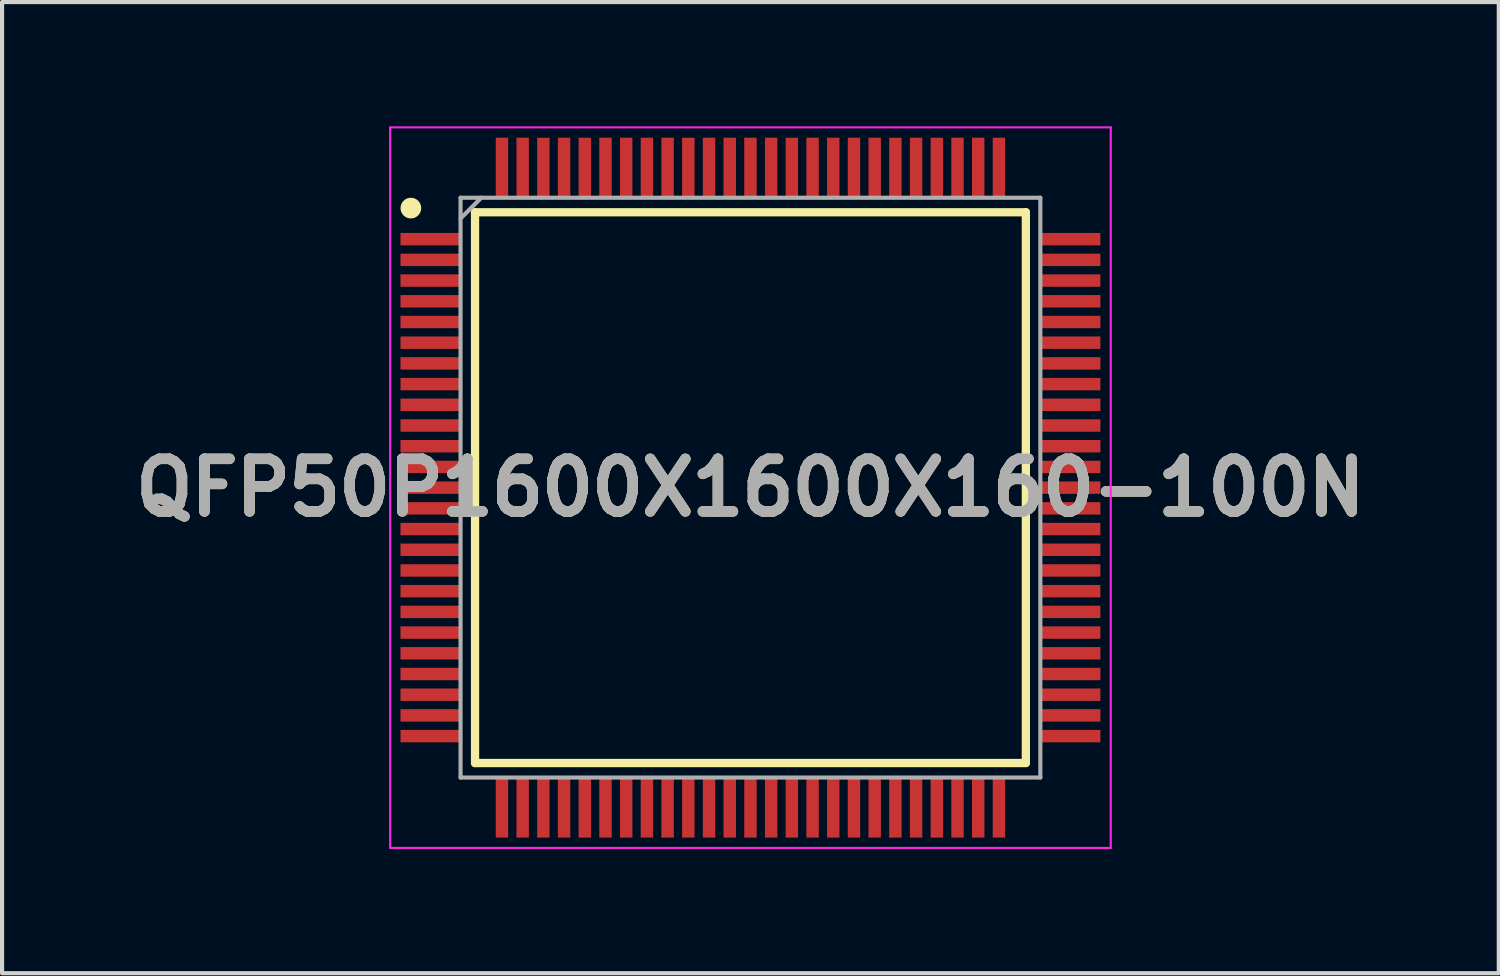
<source format=kicad_pcb>
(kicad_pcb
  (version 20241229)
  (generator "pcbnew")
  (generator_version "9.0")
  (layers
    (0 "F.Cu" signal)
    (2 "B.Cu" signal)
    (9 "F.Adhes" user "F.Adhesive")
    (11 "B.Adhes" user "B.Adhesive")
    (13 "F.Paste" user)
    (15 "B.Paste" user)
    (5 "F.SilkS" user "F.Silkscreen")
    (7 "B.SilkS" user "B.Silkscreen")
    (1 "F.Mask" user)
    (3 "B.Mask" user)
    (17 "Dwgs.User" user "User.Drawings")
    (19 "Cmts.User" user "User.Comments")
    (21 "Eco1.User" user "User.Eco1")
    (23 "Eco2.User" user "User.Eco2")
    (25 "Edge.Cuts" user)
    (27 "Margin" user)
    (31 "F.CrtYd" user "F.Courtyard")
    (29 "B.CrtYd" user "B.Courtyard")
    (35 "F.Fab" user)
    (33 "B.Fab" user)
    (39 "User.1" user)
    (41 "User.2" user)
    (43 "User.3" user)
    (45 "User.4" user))
  (footprint "QFP50P1600X1600X160-100N"
    (layer "F.Cu")
    (at 15.071 8.725)
    (property "Reference" "QFP50P1600X1600X160-100N" (at 0 0 0) (layer "F.SilkS") (effects (font (size 1.27 1.27) (thickness 0.254))))
    (attr smd)
    (fp_line (start -6.65 -6.65) (end 6.65 -6.65) (stroke (width 0.2) (type solid)) (layer "F.SilkS"))
    (fp_line (start -6.65 6.65) (end -6.65 -6.65) (stroke (width 0.2) (type solid)) (layer "F.SilkS"))
    (fp_line (start 6.65 -6.65) (end 6.65 6.65) (stroke (width 0.2) (type solid)) (layer "F.SilkS"))
    (fp_line (start 6.65 6.65) (end -6.65 6.65) (stroke (width 0.2) (type solid)) (layer "F.SilkS"))
    (fp_circle (center -8.2 -6.75) (end -8.2 -6.625) (stroke (width 0.25) (type solid)) (fill no) (layer "F.SilkS"))
    (fp_line (start -8.7 -8.7) (end 8.7 -8.7) (stroke (width 0.05) (type solid)) (layer "F.CrtYd"))
    (fp_line (start -8.7 8.7) (end -8.7 -8.7) (stroke (width 0.05) (type solid)) (layer "F.CrtYd"))
    (fp_line (start 8.7 -8.7) (end 8.7 8.7) (stroke (width 0.05) (type solid)) (layer "F.CrtYd"))
    (fp_line (start 8.7 8.7) (end -8.7 8.7) (stroke (width 0.05) (type solid)) (layer "F.CrtYd"))
    (fp_line (start -7 -7) (end 7 -7) (stroke (width 0.1) (type solid)) (layer "F.Fab"))
    (fp_line (start -7 -6.5) (end -6.5 -7) (stroke (width 0.1) (type solid)) (layer "F.Fab"))
    (fp_line (start -7 7) (end -7 -7) (stroke (width 0.1) (type solid)) (layer "F.Fab"))
    (fp_line (start 7 -7) (end 7 7) (stroke (width 0.1) (type solid)) (layer "F.Fab"))
    (fp_line (start 7 7) (end -7 7) (stroke (width 0.1) (type solid)) (layer "F.Fab"))
    (fp_text user "${REFERENCE}" (at 0 0 0) (layer "F.Fab") (effects (font (size 1.27 1.27) (thickness 0.254))))
    (pad "1" smd rect (at -7.725 -6 90) (size 0.3 1.45) (layers "F.Cu" "F.Mask" "F.Paste"))
    (pad "2" smd rect (at -7.725 -5.5 90) (size 0.3 1.45) (layers "F.Cu" "F.Mask" "F.Paste"))
    (pad "3" smd rect (at -7.725 -5 90) (size 0.3 1.45) (layers "F.Cu" "F.Mask" "F.Paste"))
    (pad "4" smd rect (at -7.725 -4.5 90) (size 0.3 1.45) (layers "F.Cu" "F.Mask" "F.Paste"))
    (pad "5" smd rect (at -7.725 -4 90) (size 0.3 1.45) (layers "F.Cu" "F.Mask" "F.Paste"))
    (pad "6" smd rect (at -7.725 -3.5 90) (size 0.3 1.45) (layers "F.Cu" "F.Mask" "F.Paste"))
    (pad "7" smd rect (at -7.725 -3 90) (size 0.3 1.45) (layers "F.Cu" "F.Mask" "F.Paste"))
    (pad "8" smd rect (at -7.725 -2.5 90) (size 0.3 1.45) (layers "F.Cu" "F.Mask" "F.Paste"))
    (pad "9" smd rect (at -7.725 -2 90) (size 0.3 1.45) (layers "F.Cu" "F.Mask" "F.Paste"))
    (pad "10" smd rect (at -7.725 -1.5 90) (size 0.3 1.45) (layers "F.Cu" "F.Mask" "F.Paste"))
    (pad "11" smd rect (at -7.725 -1 90) (size 0.3 1.45) (layers "F.Cu" "F.Mask" "F.Paste"))
    (pad "12" smd rect (at -7.725 -0.5 90) (size 0.3 1.45) (layers "F.Cu" "F.Mask" "F.Paste"))
    (pad "13" smd rect (at -7.725 0 90) (size 0.3 1.45) (layers "F.Cu" "F.Mask" "F.Paste"))
    (pad "14" smd rect (at -7.725 0.5 90) (size 0.3 1.45) (layers "F.Cu" "F.Mask" "F.Paste"))
    (pad "15" smd rect (at -7.725 1 90) (size 0.3 1.45) (layers "F.Cu" "F.Mask" "F.Paste"))
    (pad "16" smd rect (at -7.725 1.5 90) (size 0.3 1.45) (layers "F.Cu" "F.Mask" "F.Paste"))
    (pad "17" smd rect (at -7.725 2 90) (size 0.3 1.45) (layers "F.Cu" "F.Mask" "F.Paste"))
    (pad "18" smd rect (at -7.725 2.5 90) (size 0.3 1.45) (layers "F.Cu" "F.Mask" "F.Paste"))
    (pad "19" smd rect (at -7.725 3 90) (size 0.3 1.45) (layers "F.Cu" "F.Mask" "F.Paste"))
    (pad "20" smd rect (at -7.725 3.5 90) (size 0.3 1.45) (layers "F.Cu" "F.Mask" "F.Paste"))
    (pad "21" smd rect (at -7.725 4 90) (size 0.3 1.45) (layers "F.Cu" "F.Mask" "F.Paste"))
    (pad "22" smd rect (at -7.725 4.5 90) (size 0.3 1.45) (layers "F.Cu" "F.Mask" "F.Paste"))
    (pad "23" smd rect (at -7.725 5 90) (size 0.3 1.45) (layers "F.Cu" "F.Mask" "F.Paste"))
    (pad "24" smd rect (at -7.725 5.5 90) (size 0.3 1.45) (layers "F.Cu" "F.Mask" "F.Paste"))
    (pad "25" smd rect (at -7.725 6 90) (size 0.3 1.45) (layers "F.Cu" "F.Mask" "F.Paste"))
    (pad "26" smd rect (at -6 7.725) (size 0.3 1.45) (layers "F.Cu" "F.Mask" "F.Paste"))
    (pad "27" smd rect (at -5.5 7.725) (size 0.3 1.45) (layers "F.Cu" "F.Mask" "F.Paste"))
    (pad "28" smd rect (at -5 7.725) (size 0.3 1.45) (layers "F.Cu" "F.Mask" "F.Paste"))
    (pad "29" smd rect (at -4.5 7.725) (size 0.3 1.45) (layers "F.Cu" "F.Mask" "F.Paste"))
    (pad "30" smd rect (at -4 7.725) (size 0.3 1.45) (layers "F.Cu" "F.Mask" "F.Paste"))
    (pad "31" smd rect (at -3.5 7.725) (size 0.3 1.45) (layers "F.Cu" "F.Mask" "F.Paste"))
    (pad "32" smd rect (at -3 7.725) (size 0.3 1.45) (layers "F.Cu" "F.Mask" "F.Paste"))
    (pad "33" smd rect (at -2.5 7.725) (size 0.3 1.45) (layers "F.Cu" "F.Mask" "F.Paste"))
    (pad "34" smd rect (at -2 7.725) (size 0.3 1.45) (layers "F.Cu" "F.Mask" "F.Paste"))
    (pad "35" smd rect (at -1.5 7.725) (size 0.3 1.45) (layers "F.Cu" "F.Mask" "F.Paste"))
    (pad "36" smd rect (at -1 7.725) (size 0.3 1.45) (layers "F.Cu" "F.Mask" "F.Paste"))
    (pad "37" smd rect (at -0.5 7.725) (size 0.3 1.45) (layers "F.Cu" "F.Mask" "F.Paste"))
    (pad "38" smd rect (at 0 7.725) (size 0.3 1.45) (layers "F.Cu" "F.Mask" "F.Paste"))
    (pad "39" smd rect (at 0.5 7.725) (size 0.3 1.45) (layers "F.Cu" "F.Mask" "F.Paste"))
    (pad "40" smd rect (at 1 7.725) (size 0.3 1.45) (layers "F.Cu" "F.Mask" "F.Paste"))
    (pad "41" smd rect (at 1.5 7.725) (size 0.3 1.45) (layers "F.Cu" "F.Mask" "F.Paste"))
    (pad "42" smd rect (at 2 7.725) (size 0.3 1.45) (layers "F.Cu" "F.Mask" "F.Paste"))
    (pad "43" smd rect (at 2.5 7.725) (size 0.3 1.45) (layers "F.Cu" "F.Mask" "F.Paste"))
    (pad "44" smd rect (at 3 7.725) (size 0.3 1.45) (layers "F.Cu" "F.Mask" "F.Paste"))
    (pad "45" smd rect (at 3.5 7.725) (size 0.3 1.45) (layers "F.Cu" "F.Mask" "F.Paste"))
    (pad "46" smd rect (at 4 7.725) (size 0.3 1.45) (layers "F.Cu" "F.Mask" "F.Paste"))
    (pad "47" smd rect (at 4.5 7.725) (size 0.3 1.45) (layers "F.Cu" "F.Mask" "F.Paste"))
    (pad "48" smd rect (at 5 7.725) (size 0.3 1.45) (layers "F.Cu" "F.Mask" "F.Paste"))
    (pad "49" smd rect (at 5.5 7.725) (size 0.3 1.45) (layers "F.Cu" "F.Mask" "F.Paste"))
    (pad "50" smd rect (at 6 7.725) (size 0.3 1.45) (layers "F.Cu" "F.Mask" "F.Paste"))
    (pad "51" smd rect (at 7.725 6 90) (size 0.3 1.45) (layers "F.Cu" "F.Mask" "F.Paste"))
    (pad "52" smd rect (at 7.725 5.5 90) (size 0.3 1.45) (layers "F.Cu" "F.Mask" "F.Paste"))
    (pad "53" smd rect (at 7.725 5 90) (size 0.3 1.45) (layers "F.Cu" "F.Mask" "F.Paste"))
    (pad "54" smd rect (at 7.725 4.5 90) (size 0.3 1.45) (layers "F.Cu" "F.Mask" "F.Paste"))
    (pad "55" smd rect (at 7.725 4 90) (size 0.3 1.45) (layers "F.Cu" "F.Mask" "F.Paste"))
    (pad "56" smd rect (at 7.725 3.5 90) (size 0.3 1.45) (layers "F.Cu" "F.Mask" "F.Paste"))
    (pad "57" smd rect (at 7.725 3 90) (size 0.3 1.45) (layers "F.Cu" "F.Mask" "F.Paste"))
    (pad "58" smd rect (at 7.725 2.5 90) (size 0.3 1.45) (layers "F.Cu" "F.Mask" "F.Paste"))
    (pad "59" smd rect (at 7.725 2 90) (size 0.3 1.45) (layers "F.Cu" "F.Mask" "F.Paste"))
    (pad "60" smd rect (at 7.725 1.5 90) (size 0.3 1.45) (layers "F.Cu" "F.Mask" "F.Paste"))
    (pad "61" smd rect (at 7.725 1 90) (size 0.3 1.45) (layers "F.Cu" "F.Mask" "F.Paste"))
    (pad "62" smd rect (at 7.725 0.5 90) (size 0.3 1.45) (layers "F.Cu" "F.Mask" "F.Paste"))
    (pad "63" smd rect (at 7.725 0 90) (size 0.3 1.45) (layers "F.Cu" "F.Mask" "F.Paste"))
    (pad "64" smd rect (at 7.725 -0.5 90) (size 0.3 1.45) (layers "F.Cu" "F.Mask" "F.Paste"))
    (pad "65" smd rect (at 7.725 -1 90) (size 0.3 1.45) (layers "F.Cu" "F.Mask" "F.Paste"))
    (pad "66" smd rect (at 7.725 -1.5 90) (size 0.3 1.45) (layers "F.Cu" "F.Mask" "F.Paste"))
    (pad "67" smd rect (at 7.725 -2 90) (size 0.3 1.45) (layers "F.Cu" "F.Mask" "F.Paste"))
    (pad "68" smd rect (at 7.725 -2.5 90) (size 0.3 1.45) (layers "F.Cu" "F.Mask" "F.Paste"))
    (pad "69" smd rect (at 7.725 -3 90) (size 0.3 1.45) (layers "F.Cu" "F.Mask" "F.Paste"))
    (pad "70" smd rect (at 7.725 -3.5 90) (size 0.3 1.45) (layers "F.Cu" "F.Mask" "F.Paste"))
    (pad "71" smd rect (at 7.725 -4 90) (size 0.3 1.45) (layers "F.Cu" "F.Mask" "F.Paste"))
    (pad "72" smd rect (at 7.725 -4.5 90) (size 0.3 1.45) (layers "F.Cu" "F.Mask" "F.Paste"))
    (pad "73" smd rect (at 7.725 -5 90) (size 0.3 1.45) (layers "F.Cu" "F.Mask" "F.Paste"))
    (pad "74" smd rect (at 7.725 -5.5 90) (size 0.3 1.45) (layers "F.Cu" "F.Mask" "F.Paste"))
    (pad "75" smd rect (at 7.725 -6 90) (size 0.3 1.45) (layers "F.Cu" "F.Mask" "F.Paste"))
    (pad "76" smd rect (at 6 -7.725) (size 0.3 1.45) (layers "F.Cu" "F.Mask" "F.Paste"))
    (pad "77" smd rect (at 5.5 -7.725) (size 0.3 1.45) (layers "F.Cu" "F.Mask" "F.Paste"))
    (pad "78" smd rect (at 5 -7.725) (size 0.3 1.45) (layers "F.Cu" "F.Mask" "F.Paste"))
    (pad "79" smd rect (at 4.5 -7.725) (size 0.3 1.45) (layers "F.Cu" "F.Mask" "F.Paste"))
    (pad "80" smd rect (at 4 -7.725) (size 0.3 1.45) (layers "F.Cu" "F.Mask" "F.Paste"))
    (pad "81" smd rect (at 3.5 -7.725) (size 0.3 1.45) (layers "F.Cu" "F.Mask" "F.Paste"))
    (pad "82" smd rect (at 3 -7.725) (size 0.3 1.45) (layers "F.Cu" "F.Mask" "F.Paste"))
    (pad "83" smd rect (at 2.5 -7.725) (size 0.3 1.45) (layers "F.Cu" "F.Mask" "F.Paste"))
    (pad "84" smd rect (at 2 -7.725) (size 0.3 1.45) (layers "F.Cu" "F.Mask" "F.Paste"))
    (pad "85" smd rect (at 1.5 -7.725) (size 0.3 1.45) (layers "F.Cu" "F.Mask" "F.Paste"))
    (pad "86" smd rect (at 1 -7.725) (size 0.3 1.45) (layers "F.Cu" "F.Mask" "F.Paste"))
    (pad "87" smd rect (at 0.5 -7.725) (size 0.3 1.45) (layers "F.Cu" "F.Mask" "F.Paste"))
    (pad "88" smd rect (at 0 -7.725) (size 0.3 1.45) (layers "F.Cu" "F.Mask" "F.Paste"))
    (pad "89" smd rect (at -0.5 -7.725) (size 0.3 1.45) (layers "F.Cu" "F.Mask" "F.Paste"))
    (pad "90" smd rect (at -1 -7.725) (size 0.3 1.45) (layers "F.Cu" "F.Mask" "F.Paste"))
    (pad "91" smd rect (at -1.5 -7.725) (size 0.3 1.45) (layers "F.Cu" "F.Mask" "F.Paste"))
    (pad "92" smd rect (at -2 -7.725) (size 0.3 1.45) (layers "F.Cu" "F.Mask" "F.Paste"))
    (pad "93" smd rect (at -2.5 -7.725) (size 0.3 1.45) (layers "F.Cu" "F.Mask" "F.Paste"))
    (pad "94" smd rect (at -3 -7.725) (size 0.3 1.45) (layers "F.Cu" "F.Mask" "F.Paste"))
    (pad "95" smd rect (at -3.5 -7.725) (size 0.3 1.45) (layers "F.Cu" "F.Mask" "F.Paste"))
    (pad "96" smd rect (at -4 -7.725) (size 0.3 1.45) (layers "F.Cu" "F.Mask" "F.Paste"))
    (pad "97" smd rect (at -4.5 -7.725) (size 0.3 1.45) (layers "F.Cu" "F.Mask" "F.Paste"))
    (pad "98" smd rect (at -5 -7.725) (size 0.3 1.45) (layers "F.Cu" "F.Mask" "F.Paste"))
    (pad "99" smd rect (at -5.5 -7.725) (size 0.3 1.45) (layers "F.Cu" "F.Mask" "F.Paste"))
    (pad "100" smd rect (at -6 -7.725) (size 0.3 1.45) (layers "F.Cu" "F.Mask" "F.Paste")))
  (gr_rect
    (start -3 -3)
    (end 33.141 20.45)
    (stroke (width 0.1) (type default))
    (fill no)
    (layer "Edge.Cuts")))
</source>
